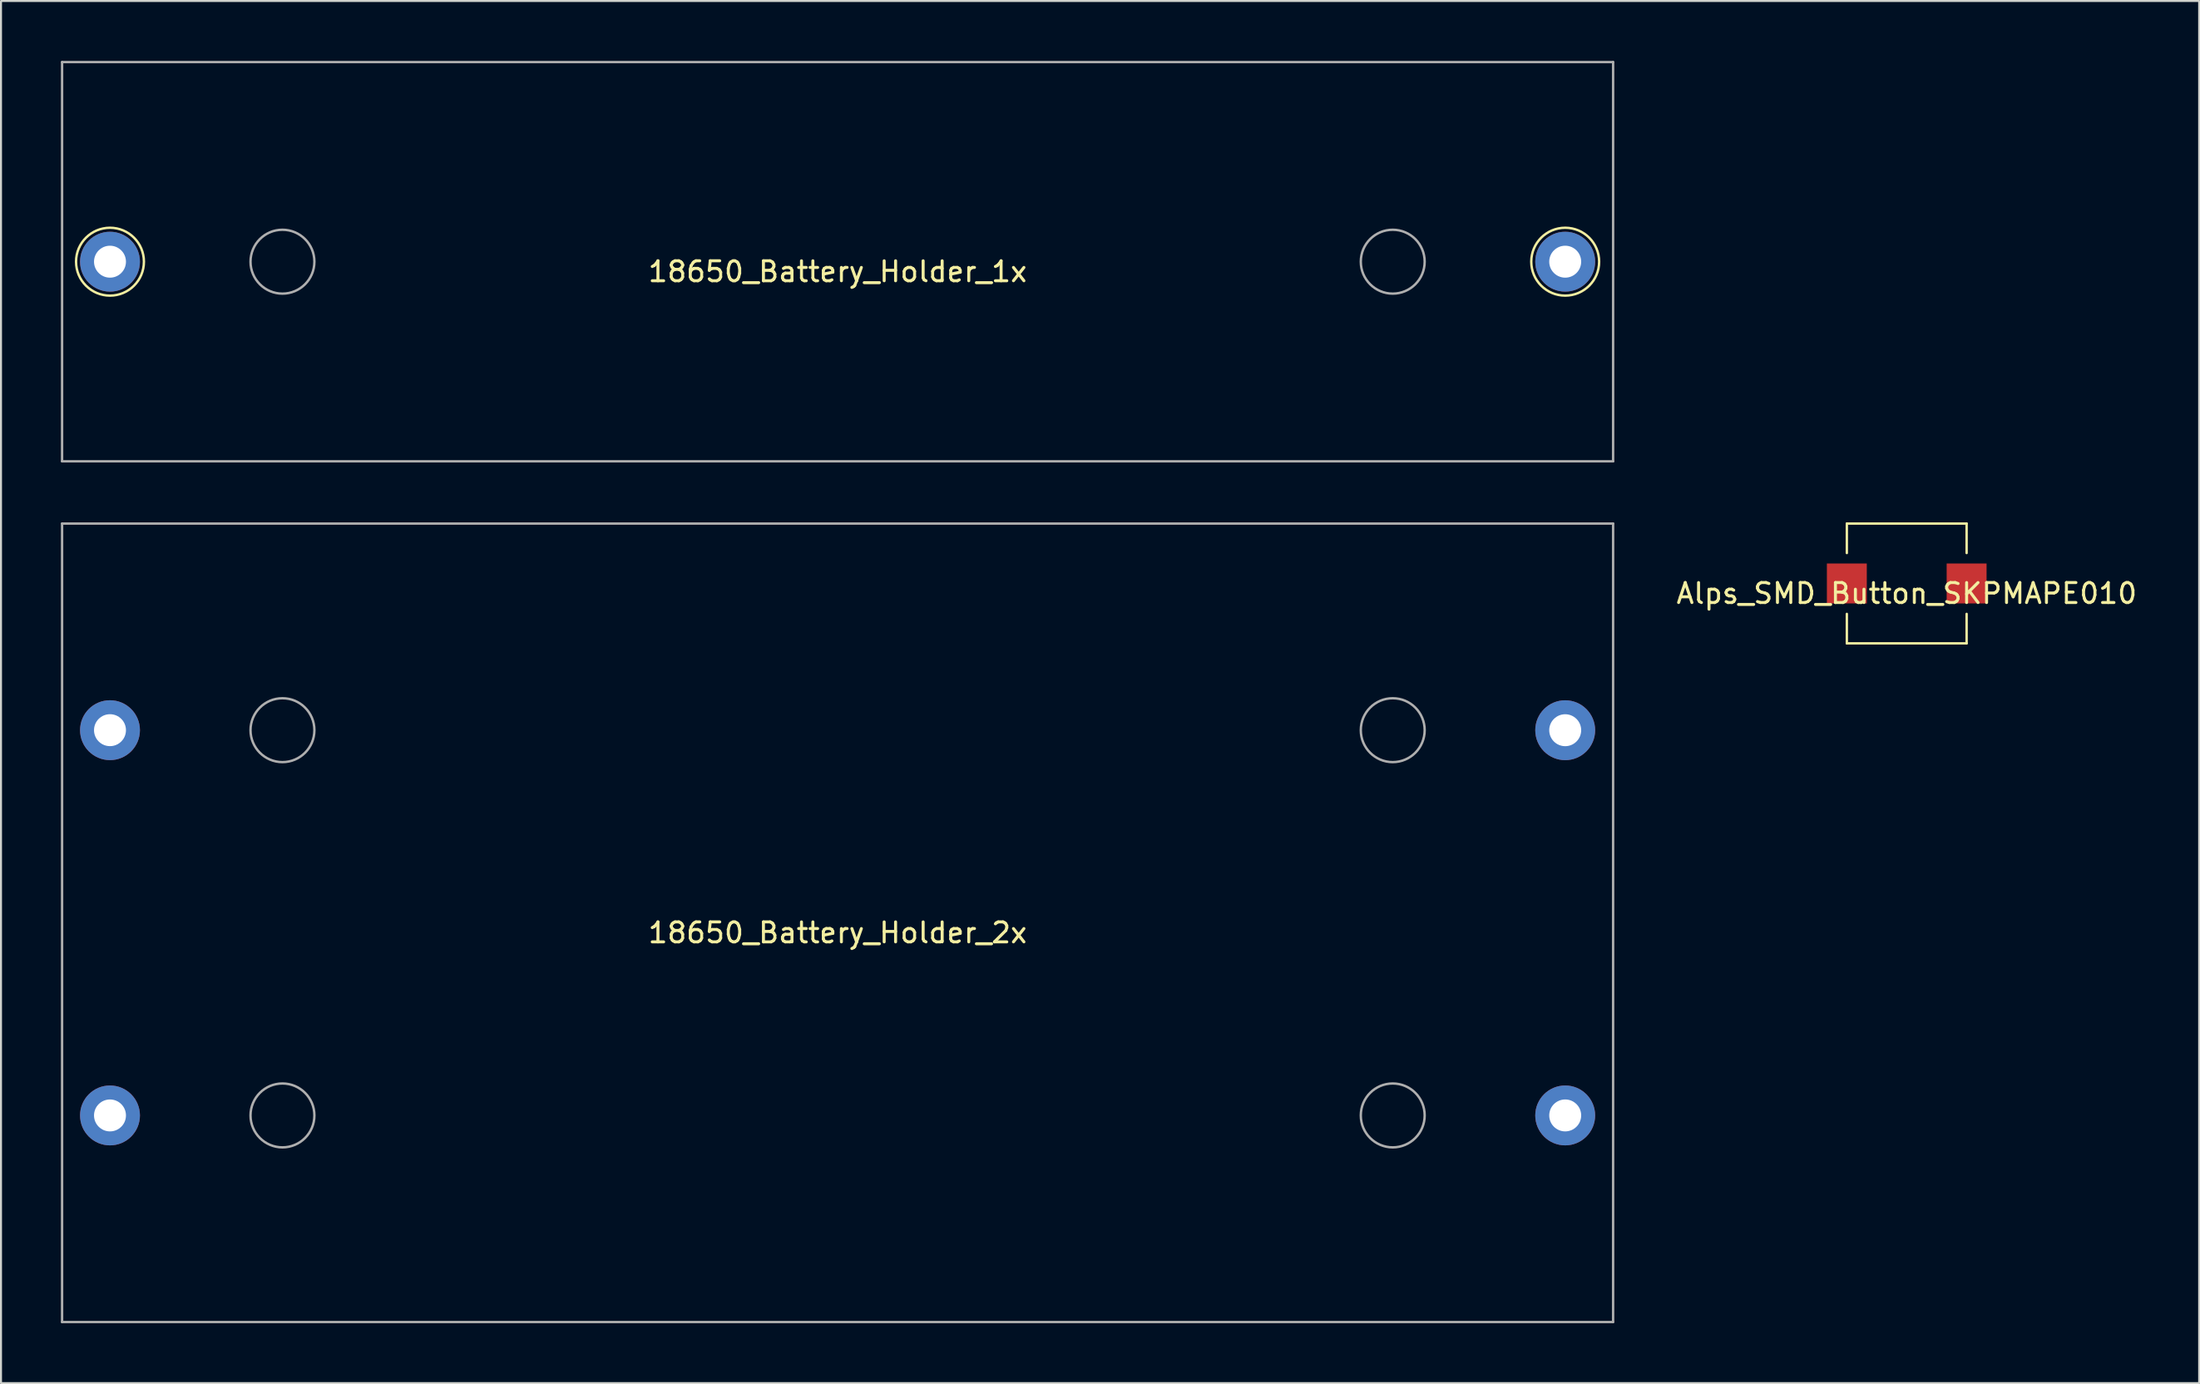
<source format=kicad_pcb>
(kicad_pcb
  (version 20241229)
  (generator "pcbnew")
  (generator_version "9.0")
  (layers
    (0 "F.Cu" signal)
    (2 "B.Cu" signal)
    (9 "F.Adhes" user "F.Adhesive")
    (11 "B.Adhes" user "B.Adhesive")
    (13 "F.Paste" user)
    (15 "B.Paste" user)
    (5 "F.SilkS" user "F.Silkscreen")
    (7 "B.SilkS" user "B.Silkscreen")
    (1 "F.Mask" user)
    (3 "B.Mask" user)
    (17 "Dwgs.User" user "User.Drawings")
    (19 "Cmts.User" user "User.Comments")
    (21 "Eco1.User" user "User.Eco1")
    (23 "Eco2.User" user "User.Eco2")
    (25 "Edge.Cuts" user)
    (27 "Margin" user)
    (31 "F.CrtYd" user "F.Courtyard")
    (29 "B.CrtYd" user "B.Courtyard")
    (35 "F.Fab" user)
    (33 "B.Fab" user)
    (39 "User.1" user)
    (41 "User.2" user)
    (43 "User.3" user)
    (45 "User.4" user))
  (footprint "18650_Battery_Holder_1x"
    (layer "F.Cu")
    (at 38.91 10.06)
    (property "Reference" "18650_Battery_Holder_1x" (at 0 0.5 0) (layer "F.SilkS") (effects (font (size 1 1) (thickness 0.15))))
    (attr through_hole)
    (fp_circle (center -36.45 0) (end -34.75 0) (stroke (width 0.12) (type solid)) (fill no) (layer "F.SilkS"))
    (fp_circle (center 36.45 0) (end 38.15 0) (stroke (width 0.12) (type solid)) (fill no) (layer "F.SilkS"))
    (fp_line (start -38.85 -10) (end -38.85 10) (stroke (width 0.12) (type solid)) (layer "F.Fab"))
    (fp_line (start 38.85 -10) (end -38.85 -10) (stroke (width 0.12) (type solid)) (layer "F.Fab"))
    (fp_line (start 38.85 10) (end -38.85 10) (stroke (width 0.12) (type solid)) (layer "F.Fab"))
    (fp_line (start 38.85 10) (end 38.85 -10) (stroke (width 0.12) (type solid)) (layer "F.Fab"))
    (fp_circle (center -27.81 0) (end -26.21 0) (stroke (width 0.12) (type solid)) (fill no) (layer "F.Fab"))
    (fp_circle (center 27.81 0) (end 29.41 0) (stroke (width 0.12) (type solid)) (fill no) (layer "F.Fab"))
    (pad "1" thru_hole circle (at -36.45 0) (size 3 3) (drill 1.6) (layers "*.Cu" "*.Mask"))
    (pad "2" thru_hole circle (at 36.45 0 180) (size 3 3) (drill 1.6) (layers "*.Cu" "*.Mask")))
  (footprint "18650_Battery_Holder_2x"
    (layer "F.Cu")
    (at 38.91 43.18)
    (property "Reference" "18650_Battery_Holder_2x" (at 0 0.5 0) (layer "F.SilkS") (effects (font (size 1 1) (thickness 0.15))))
    (attr through_hole)
    (fp_line (start -38.85 -20) (end -38.85 20) (stroke (width 0.12) (type solid)) (layer "F.Fab"))
    (fp_line (start 38.85 -20) (end -38.85 -20) (stroke (width 0.12) (type solid)) (layer "F.Fab"))
    (fp_line (start 38.85 20) (end -38.85 20) (stroke (width 0.12) (type solid)) (layer "F.Fab"))
    (fp_line (start 38.85 20) (end 38.85 -20) (stroke (width 0.12) (type solid)) (layer "F.Fab"))
    (fp_circle (center -27.81 -9.65) (end -26.21 -9.65) (stroke (width 0.12) (type solid)) (fill no) (layer "F.Fab"))
    (fp_circle (center -27.81 9.65) (end -26.21 9.65) (stroke (width 0.12) (type solid)) (fill no) (layer "F.Fab"))
    (fp_circle (center 27.81 -9.65) (end 29.41 -9.65) (stroke (width 0.12) (type solid)) (fill no) (layer "F.Fab"))
    (fp_circle (center 27.81 9.65) (end 29.41 9.65) (stroke (width 0.12) (type solid)) (fill no) (layer "F.Fab"))
    (pad "1" thru_hole circle (at -36.45 -9.65) (size 3 3) (drill 1.6) (layers "*.Cu" "*.Mask"))
    (pad "1" thru_hole circle (at -36.45 9.65) (size 3 3) (drill 1.6) (layers "*.Cu" "*.Mask"))
    (pad "2" thru_hole circle (at 36.45 -9.648 180) (size 3 3) (drill 1.6) (layers "*.Cu" "*.Mask"))
    (pad "2" thru_hole circle (at 36.45 9.65 180) (size 3 3) (drill 1.6) (layers "*.Cu" "*.Mask")))
  (footprint "Alps_SMD_Button_SKPMAPE010"
    (layer "F.Cu")
    (at 92.469 26.18)
    (property "Reference" "Alps_SMD_Button_SKPMAPE010" (at 0 0.5 0) (unlocked yes) (layer "F.SilkS") (effects (font (size 1 1) (thickness 0.15))))
    (attr smd)
    (fp_line (start -3 -3) (end -3 -1.524) (stroke (width 0.12) (type solid)) (layer "F.SilkS"))
    (fp_line (start -3 -3) (end 3 -3) (stroke (width 0.12) (type solid)) (layer "F.SilkS"))
    (fp_line (start -3 3) (end -3 1.524) (stroke (width 0.12) (type solid)) (layer "F.SilkS"))
    (fp_line (start -3 3) (end 3 3) (stroke (width 0.12) (type solid)) (layer "F.SilkS"))
    (fp_line (start 3 -3) (end 3 -1.524) (stroke (width 0.12) (type solid)) (layer "F.SilkS"))
    (fp_line (start 3 3) (end 3 1.524) (stroke (width 0.12) (type solid)) (layer "F.SilkS"))
    (pad "1" smd rect (at -3 0) (size 2 2) (layers "F.Cu" "F.Mask" "F.Paste"))
    (pad "2" smd rect (at 3 0) (size 2 2) (layers "F.Cu" "F.Mask" "F.Paste")))
  (gr_rect
    (start -3 -3)
    (end 107.118 66.24)
    (stroke (width 0.1) (type default))
    (fill no)
    (layer "Edge.Cuts")))
</source>
